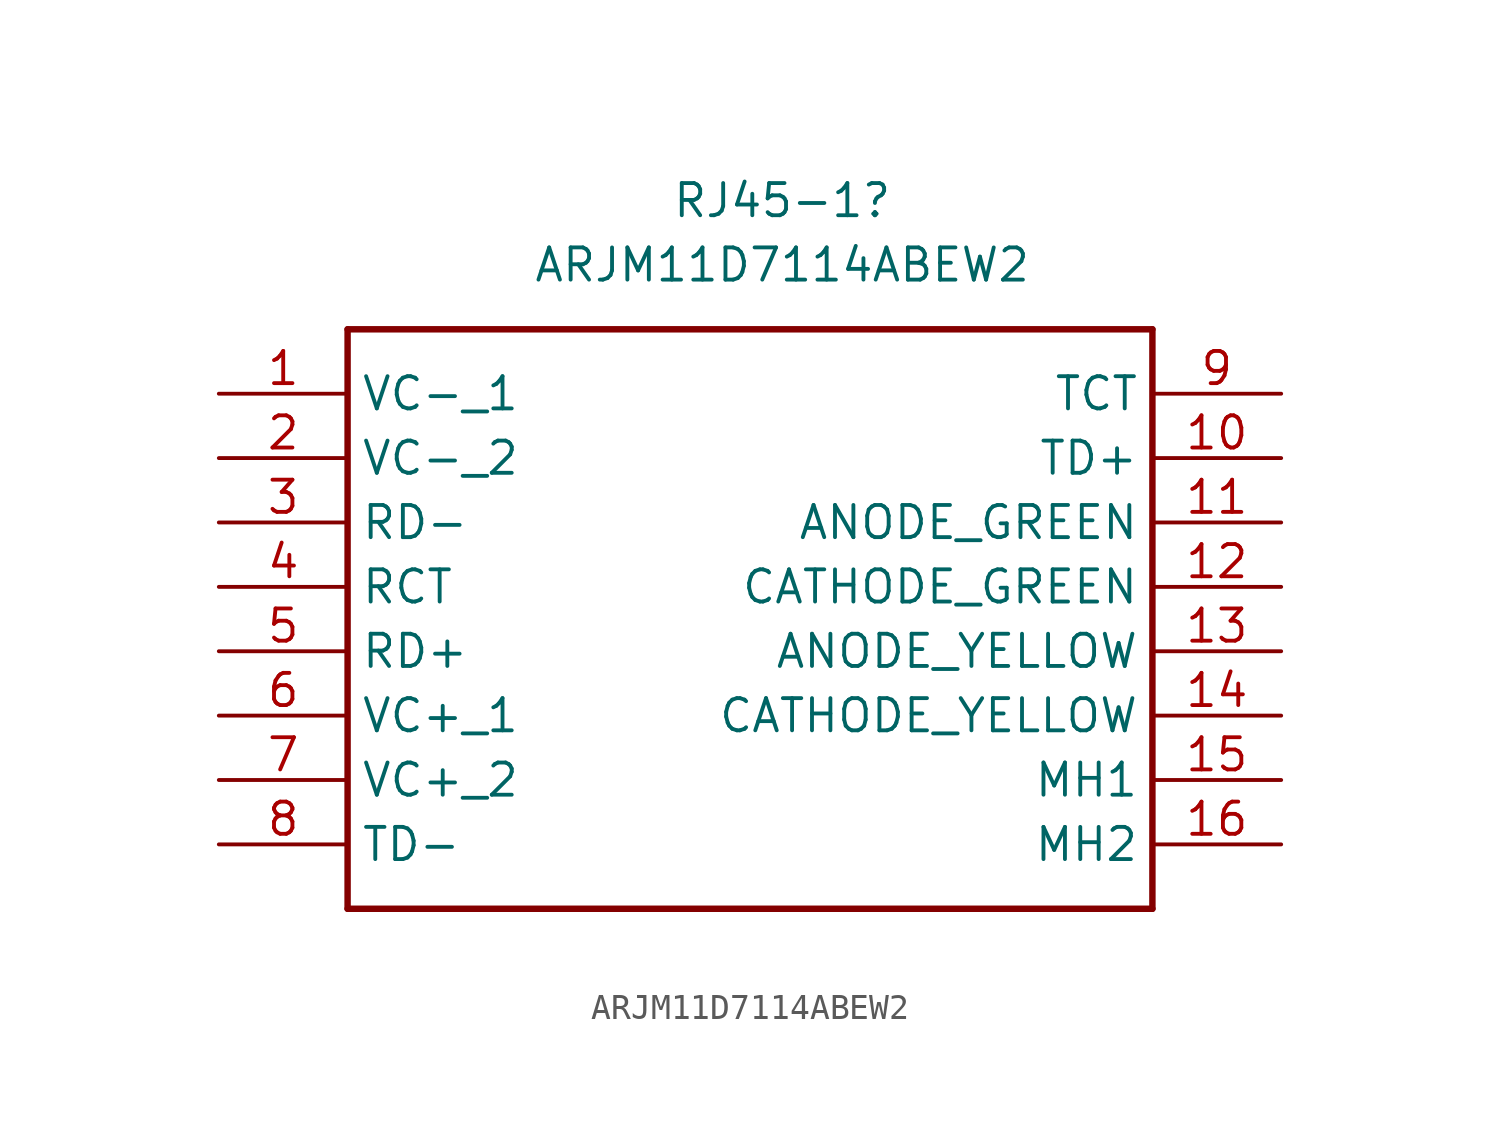
<source format=kicad_sym>
(kicad_symbol_lib
  (version 20211014)
  (generator kicad_symbol_editor)
  (symbol "ARJM11D7114ABEW2"
    (property "Reference" "RJ45-1"
      (at 0.635 16.51 0)
      (effects (font (size 1.27 1.27))))
    (property "Value" "ARJM11D7114ABEW2"
      (at 0.635 13.97 0)
      (effects (font (size 1.27 1.27))))
    (symbol "ARJM11D7114ABEW2_1_0"
      (polyline (pts (xy -16.51 11.43) (xy -16.51 -11.43)) (stroke (width 0.254) (type default) (color 0 0 0 0)) (fill (type none)))
      (polyline (pts (xy -16.51 11.43) (xy 15.24 11.43)) (stroke (width 0.254) (type default) (color 0 0 0 0)) (fill (type none)))
      (polyline (pts (xy 15.24 -11.43) (xy -16.51 -11.43)) (stroke (width 0.254) (type default) (color 0 0 0 0)) (fill (type none)))
      (polyline (pts (xy 15.24 -11.43) (xy 15.24 11.43)) (stroke (width 0.254) (type default) (color 0 0 0 0)) (fill (type none)))
      (pin bidirectional line (at -21.59 8.89 0) (length 5.08) (name "VC-_1" (effects (font (size 1.27 1.27)))) (number "1" (effects (font (size 1.27 1.27)))))
      (pin bidirectional line (at 20.32 6.35 180) (length 5.08) (name "TD+" (effects (font (size 1.27 1.27)))) (number "10" (effects (font (size 1.27 1.27)))))
      (pin bidirectional line (at 20.32 3.81 180) (length 5.08) (name "ANODE_GREEN" (effects (font (size 1.27 1.27)))) (number "11" (effects (font (size 1.27 1.27)))))
      (pin bidirectional line (at 20.32 1.27 180) (length 5.08) (name "CATHODE_GREEN" (effects (font (size 1.27 1.27)))) (number "12" (effects (font (size 1.27 1.27)))))
      (pin bidirectional line (at 20.32 -1.27 180) (length 5.08) (name "ANODE_YELLOW" (effects (font (size 1.27 1.27)))) (number "13" (effects (font (size 1.27 1.27)))))
      (pin bidirectional line (at 20.32 -3.81 180) (length 5.08) (name "CATHODE_YELLOW" (effects (font (size 1.27 1.27)))) (number "14" (effects (font (size 1.27 1.27)))))
      (pin bidirectional line (at 20.32 -6.35 180) (length 5.08) (name "MH1" (effects (font (size 1.27 1.27)))) (number "15" (effects (font (size 1.27 1.27)))))
      (pin bidirectional line (at 20.32 -8.89 180) (length 5.08) (name "MH2" (effects (font (size 1.27 1.27)))) (number "16" (effects (font (size 1.27 1.27)))))
      (pin bidirectional line (at -21.59 6.35 0) (length 5.08) (name "VC-_2" (effects (font (size 1.27 1.27)))) (number "2" (effects (font (size 1.27 1.27)))))
      (pin bidirectional line (at -21.59 3.81 0) (length 5.08) (name "RD-" (effects (font (size 1.27 1.27)))) (number "3" (effects (font (size 1.27 1.27)))))
      (pin bidirectional line (at -21.59 1.27 0) (length 5.08) (name "RCT" (effects (font (size 1.27 1.27)))) (number "4" (effects (font (size 1.27 1.27)))))
      (pin bidirectional line (at -21.59 -1.27 0) (length 5.08) (name "RD+" (effects (font (size 1.27 1.27)))) (number "5" (effects (font (size 1.27 1.27)))))
      (pin bidirectional line (at -21.59 -3.81 0) (length 5.08) (name "VC+_1" (effects (font (size 1.27 1.27)))) (number "6" (effects (font (size 1.27 1.27)))))
      (pin bidirectional line (at -21.59 -6.35 0) (length 5.08) (name "VC+_2" (effects (font (size 1.27 1.27)))) (number "7" (effects (font (size 1.27 1.27)))))
      (pin bidirectional line (at -21.59 -8.89 0) (length 5.08) (name "TD-" (effects (font (size 1.27 1.27)))) (number "8" (effects (font (size 1.27 1.27)))))
      (pin bidirectional line (at 20.32 8.89 180) (length 5.08) (name "TCT" (effects (font (size 1.27 1.27)))) (number "9" (effects (font (size 1.27 1.27))))))))
</source>
